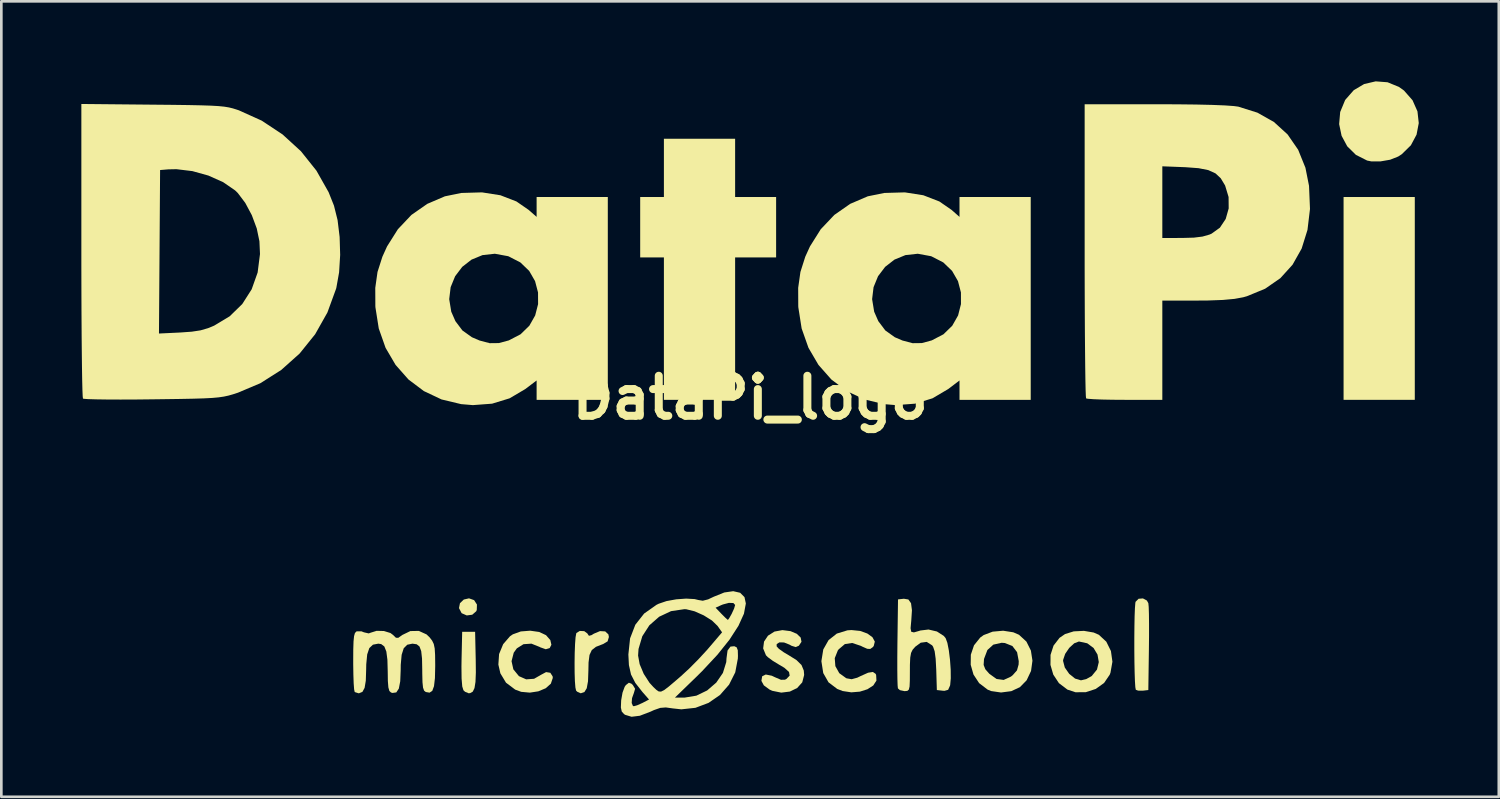
<source format=kicad_pcb>
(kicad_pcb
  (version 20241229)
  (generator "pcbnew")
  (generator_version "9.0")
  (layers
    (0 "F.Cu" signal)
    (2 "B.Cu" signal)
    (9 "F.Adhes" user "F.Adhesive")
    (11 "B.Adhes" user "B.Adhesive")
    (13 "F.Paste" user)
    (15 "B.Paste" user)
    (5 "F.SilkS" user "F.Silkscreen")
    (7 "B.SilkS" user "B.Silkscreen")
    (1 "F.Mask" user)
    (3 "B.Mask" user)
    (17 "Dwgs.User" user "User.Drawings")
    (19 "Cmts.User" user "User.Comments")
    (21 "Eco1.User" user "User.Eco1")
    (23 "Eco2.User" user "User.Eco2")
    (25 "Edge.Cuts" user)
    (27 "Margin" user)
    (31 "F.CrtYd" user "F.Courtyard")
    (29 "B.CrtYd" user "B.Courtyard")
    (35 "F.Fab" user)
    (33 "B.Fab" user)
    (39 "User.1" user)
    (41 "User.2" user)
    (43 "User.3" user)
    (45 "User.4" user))
  (footprint "DataPi_logo"
    (layer "F.Cu")
    (at 25.076 11.859)
    (property "Reference" "DataPi_logo" (at 0 0 0) (layer "F.SilkS") (effects (font (size 1.5 1.5) (thickness 0.3))))
    (attr board_only exclude_from_pos_files exclude_from_bom)
    (fp_poly (pts (xy 24.915 -3.721) (xy 24.915 0.081) (xy 23.58 0.081) (xy 22.245 0.081) (xy 22.245 -3.721) (xy 22.245 -7.523) (xy 23.58 -7.523) (xy 24.915 -7.523)) (stroke (width 0) (type solid)) (fill yes) (layer "F.SilkS"))
    (fp_poly (pts (xy -10.352 7.59) (xy -10.245 7.755) (xy -10.252 7.961) (xy -10.273 8.008) (xy -10.421 8.137) (xy -10.627 8.164) (xy -10.814 8.082) (xy -10.823 8.073) (xy -10.918 7.889) (xy -10.882 7.705) (xy -10.738 7.568) (xy -10.543 7.523)) (stroke (width 0) (type solid)) (fill yes) (layer "F.SilkS"))
    (fp_poly (pts (xy -10.291 9.817) (xy -10.286 10.307) (xy -10.3 10.657) (xy -10.337 10.887) (xy -10.401 11.02) (xy -10.497 11.076) (xy -10.556 11.082) (xy -10.691 11.026) (xy -10.751 10.97) (xy -10.796 10.827) (xy -10.821 10.529) (xy -10.826 10.074) (xy -10.822 9.817) (xy -10.799 8.777) (xy -10.556 8.777) (xy -10.314 8.777)) (stroke (width 0) (type solid)) (fill yes) (layer "F.SilkS"))
    (fp_poly (pts (xy -0.566 -8.615) (xy -0.566 -7.523) (xy 0.202 -7.523) (xy 0.971 -7.523) (xy 0.971 -6.39) (xy 0.971 -5.258) (xy 0.202 -5.258) (xy -0.566 -5.258) (xy -0.566 -2.589) (xy -0.566 0.081) (xy -1.901 0.081) (xy -3.236 0.081) (xy -3.236 -2.589) (xy -3.236 -5.258) (xy -3.681 -5.258) (xy -4.125 -5.258) (xy -4.125 -6.39) (xy -4.125 -7.523) (xy -3.681 -7.523) (xy -3.236 -7.523) (xy -3.236 -8.615) (xy -3.236 -9.707) (xy -1.901 -9.707) (xy -0.566 -9.707)) (stroke (width 0) (type solid)) (fill yes) (layer "F.SilkS"))
    (fp_poly (pts (xy 14.871 7.605) (xy 14.926 7.705) (xy 14.939 7.841) (xy 14.948 8.11) (xy 14.952 8.483) (xy 14.952 8.931) (xy 14.947 9.424) (xy 14.925 10.961) (xy 14.719 10.985) (xy 14.543 10.983) (xy 14.456 10.951) (xy 14.438 10.855) (xy 14.423 10.628) (xy 14.412 10.299) (xy 14.404 9.899) (xy 14.4 9.459) (xy 14.4 9.007) (xy 14.404 8.575) (xy 14.411 8.192) (xy 14.423 7.89) (xy 14.438 7.697) (xy 14.448 7.651) (xy 14.56 7.539) (xy 14.724 7.526)) (stroke (width 0) (type solid)) (fill yes) (layer "F.SilkS"))
    (fp_poly (pts (xy 23.894 -11.825) (xy 24.32 -11.651) (xy 24.51 -11.515) (xy 24.831 -11.15) (xy 25.015 -10.734) (xy 25.064 -10.294) (xy 24.981 -9.861) (xy 24.769 -9.463) (xy 24.429 -9.129) (xy 24.292 -9.04) (xy 23.991 -8.921) (xy 23.628 -8.858) (xy 23.282 -8.859) (xy 23.128 -8.89) (xy 22.706 -9.104) (xy 22.383 -9.423) (xy 22.171 -9.817) (xy 22.079 -10.256) (xy 22.118 -10.71) (xy 22.3 -11.149) (xy 22.315 -11.173) (xy 22.627 -11.528) (xy 23.016 -11.758) (xy 23.449 -11.859)) (stroke (width 0) (type solid)) (fill yes) (layer "F.SilkS"))
    (fp_poly (pts (xy -6.223 8.753) (xy -6.104 8.84) (xy -6.097 8.855) (xy -6.046 8.928) (xy -5.949 8.902) (xy -5.862 8.848) (xy -5.631 8.751) (xy -5.436 8.763) (xy -5.317 8.874) (xy -5.298 8.972) (xy -5.346 9.135) (xy -5.513 9.236) (xy -5.541 9.246) (xy -5.784 9.341) (xy -5.939 9.462) (xy -6.025 9.646) (xy -6.061 9.927) (xy -6.067 10.229) (xy -6.081 10.631) (xy -6.129 10.894) (xy -6.217 11.037) (xy -6.351 11.082) (xy -6.356 11.082) (xy -6.486 11.024) (xy -6.528 10.981) (xy -6.554 10.866) (xy -6.573 10.628) (xy -6.583 10.308) (xy -6.585 9.943) (xy -6.58 9.574) (xy -6.567 9.24) (xy -6.548 8.981) (xy -6.521 8.834) (xy -6.516 8.823) (xy -6.39 8.745)) (stroke (width 0) (type solid)) (fill yes) (layer "F.SilkS"))
    (fp_poly (pts (xy -7.91 8.784) (xy -7.655 8.904) (xy -7.494 9.089) (xy -7.454 9.263) (xy -7.518 9.388) (xy -7.665 9.432) (xy -7.876 9.357) (xy -7.895 9.345) (xy -8.203 9.222) (xy -8.5 9.242) (xy -8.749 9.398) (xy -8.866 9.561) (xy -8.948 9.879) (xy -8.88 10.185) (xy -8.671 10.44) (xy -8.399 10.56) (xy -8.103 10.539) (xy -7.838 10.387) (xy -7.653 10.288) (xy -7.494 10.314) (xy -7.407 10.45) (xy -7.402 10.508) (xy -7.475 10.723) (xy -7.668 10.894) (xy -7.943 11.009) (xy -8.262 11.058) (xy -8.586 11.028) (xy -8.811 10.945) (xy -9.156 10.685) (xy -9.367 10.334) (xy -9.442 10.007) (xy -9.415 9.612) (xy -9.262 9.241) (xy -9.008 8.947) (xy -8.898 8.871) (xy -8.601 8.764) (xy -8.249 8.736)) (stroke (width 0) (type solid)) (fill yes) (layer "F.SilkS"))
    (fp_poly (pts (xy 12.874 8.804) (xy 13.07 8.889) (xy 13.35 9.148) (xy 13.523 9.498) (xy 13.579 9.899) (xy 13.506 10.311) (xy 13.478 10.385) (xy 13.266 10.696) (xy 12.953 10.92) (xy 12.582 11.041) (xy 12.195 11.044) (xy 11.893 10.945) (xy 11.574 10.703) (xy 11.362 10.382) (xy 11.256 10.018) (xy 11.258 9.869) (xy 11.729 9.869) (xy 11.794 10.117) (xy 11.959 10.354) (xy 12.179 10.531) (xy 12.4 10.597) (xy 12.604 10.547) (xy 12.804 10.434) (xy 13 10.193) (xy 13.068 9.913) (xy 13.02 9.631) (xy 12.871 9.383) (xy 12.635 9.208) (xy 12.324 9.141) (xy 12.146 9.209) (xy 11.96 9.381) (xy 11.808 9.604) (xy 11.732 9.828) (xy 11.729 9.869) (xy 11.258 9.869) (xy 11.259 9.643) (xy 11.372 9.294) (xy 11.597 9.003) (xy 11.803 8.862) (xy 12.129 8.761) (xy 12.511 8.742)) (stroke (width 0) (type solid)) (fill yes) (layer "F.SilkS"))
    (fp_poly (pts (xy 4.122 8.745) (xy 4.391 8.842) (xy 4.583 8.982) (xy 4.671 9.145) (xy 4.63 9.311) (xy 4.594 9.354) (xy 4.501 9.42) (xy 4.388 9.415) (xy 4.2 9.332) (xy 4.149 9.305) (xy 3.823 9.196) (xy 3.548 9.238) (xy 3.316 9.435) (xy 3.284 9.477) (xy 3.169 9.766) (xy 3.192 10.065) (xy 3.339 10.329) (xy 3.594 10.513) (xy 3.619 10.523) (xy 3.803 10.555) (xy 4.013 10.498) (xy 4.139 10.437) (xy 4.42 10.311) (xy 4.599 10.283) (xy 4.701 10.353) (xy 4.721 10.395) (xy 4.732 10.607) (xy 4.613 10.79) (xy 4.395 10.931) (xy 4.111 11.021) (xy 3.79 11.047) (xy 3.465 10.998) (xy 3.263 10.92) (xy 2.936 10.672) (xy 2.738 10.325) (xy 2.669 9.884) (xy 2.669 9.873) (xy 2.739 9.439) (xy 2.937 9.09) (xy 3.245 8.845) (xy 3.645 8.722) (xy 3.798 8.712)) (stroke (width 0) (type solid)) (fill yes) (layer "F.SilkS"))
    (fp_poly (pts (xy 9.863 8.796) (xy 10.077 8.889) (xy 10.355 9.145) (xy 10.523 9.482) (xy 10.581 9.861) (xy 10.528 10.245) (xy 10.363 10.595) (xy 10.111 10.853) (xy 9.787 11.003) (xy 9.403 11.053) (xy 9.032 10.999) (xy 8.9 10.945) (xy 8.582 10.702) (xy 8.37 10.379) (xy 8.268 10.02) (xy 8.751 10.02) (xy 8.814 10.181) (xy 8.963 10.35) (xy 9.234 10.546) (xy 9.502 10.582) (xy 9.774 10.457) (xy 9.842 10.403) (xy 10.001 10.223) (xy 10.062 10.005) (xy 10.067 9.878) (xy 10.005 9.542) (xy 9.828 9.31) (xy 9.547 9.198) (xy 9.424 9.189) (xy 9.114 9.259) (xy 8.892 9.46) (xy 8.769 9.784) (xy 8.764 9.809) (xy 8.751 10.02) (xy 8.268 10.02) (xy 8.266 10.012) (xy 8.271 9.635) (xy 8.39 9.284) (xy 8.623 8.993) (xy 8.752 8.9) (xy 9.089 8.772) (xy 9.483 8.737)) (stroke (width 0) (type solid)) (fill yes) (layer "F.SilkS"))
    (fp_poly (pts (xy 1.511 8.753) (xy 1.747 8.853) (xy 1.892 8.994) (xy 1.922 9.152) (xy 1.824 9.299) (xy 1.707 9.35) (xy 1.552 9.303) (xy 1.469 9.257) (xy 1.266 9.177) (xy 1.092 9.174) (xy 0.992 9.24) (xy 0.99 9.323) (xy 1.074 9.415) (xy 1.258 9.546) (xy 1.418 9.64) (xy 1.734 9.837) (xy 1.922 10.022) (xy 2.008 10.229) (xy 2.022 10.396) (xy 1.951 10.672) (xy 1.761 10.884) (xy 1.487 11.018) (xy 1.164 11.058) (xy 0.828 10.99) (xy 0.728 10.945) (xy 0.511 10.786) (xy 0.419 10.617) (xy 0.448 10.445) (xy 0.583 10.379) (xy 0.807 10.424) (xy 0.936 10.484) (xy 1.153 10.577) (xy 1.303 10.573) (xy 1.356 10.546) (xy 1.479 10.42) (xy 1.455 10.283) (xy 1.279 10.126) (xy 1.095 10.017) (xy 0.852 9.87) (xy 0.66 9.728) (xy 0.59 9.657) (xy 0.485 9.4) (xy 0.518 9.145) (xy 0.666 8.923) (xy 0.909 8.769) (xy 1.207 8.714)) (stroke (width 0) (type solid)) (fill yes) (layer "F.SilkS"))
    (fp_poly (pts (xy 5.93 7.566) (xy 6.029 7.706) (xy 6.063 7.97) (xy 6.037 8.373) (xy 6.036 8.379) (xy 6.012 8.644) (xy 6.037 8.776) (xy 6.137 8.8) (xy 6.337 8.743) (xy 6.376 8.729) (xy 6.685 8.692) (xy 7 8.766) (xy 7.256 8.931) (xy 7.327 9.017) (xy 7.391 9.192) (xy 7.447 9.479) (xy 7.49 9.829) (xy 7.516 10.194) (xy 7.519 10.523) (xy 7.497 10.769) (xy 7.491 10.794) (xy 7.42 10.952) (xy 7.283 10.991) (xy 7.217 10.986) (xy 6.997 10.961) (xy 6.974 10.195) (xy 6.952 9.786) (xy 6.915 9.509) (xy 6.857 9.339) (xy 6.82 9.285) (xy 6.617 9.156) (xy 6.393 9.186) (xy 6.185 9.339) (xy 6.089 9.449) (xy 6.03 9.57) (xy 5.999 9.745) (xy 5.987 10.014) (xy 5.986 10.27) (xy 5.984 10.615) (xy 5.974 10.83) (xy 5.946 10.945) (xy 5.892 10.992) (xy 5.803 11.001) (xy 5.781 11.001) (xy 5.612 10.965) (xy 5.537 10.898) (xy 5.526 10.788) (xy 5.518 10.543) (xy 5.514 10.189) (xy 5.514 9.752) (xy 5.518 9.259) (xy 5.519 9.179) (xy 5.541 7.563) (xy 5.761 7.538)) (stroke (width 0) (type solid)) (fill yes) (layer "F.SilkS"))
    (fp_poly (pts (xy -9.366 -7.589) (xy -8.764 -7.356) (xy -8.308 -7.041) (xy -8.008 -6.778) (xy -8.008 -7.151) (xy -8.008 -7.523) (xy -6.674 -7.523) (xy -5.339 -7.523) (xy -5.339 -3.721) (xy -5.339 0.081) (xy -6.674 0.081) (xy -8.008 0.081) (xy -8.008 -0.282) (xy -8.008 -0.645) (xy -8.433 -0.323) (xy -9.021 0.024) (xy -9.677 0.225) (xy -10.397 0.279) (xy -10.839 0.242) (xy -11.573 0.066) (xy -12.235 -0.247) (xy -12.813 -0.682) (xy -13.295 -1.228) (xy -13.671 -1.869) (xy -13.926 -2.594) (xy -14.051 -3.386) (xy -14.054 -3.438) (xy -14.055 -3.693) (xy -11.285 -3.693) (xy -11.208 -3.223) (xy -11.053 -2.869) (xy -10.789 -2.519) (xy -10.434 -2.266) (xy -10.147 -2.143) (xy -9.767 -2.043) (xy -9.421 -2.047) (xy -9.051 -2.147) (xy -8.611 -2.376) (xy -8.281 -2.697) (xy -8.062 -3.083) (xy -7.953 -3.508) (xy -7.955 -3.945) (xy -8.066 -4.369) (xy -8.287 -4.753) (xy -8.618 -5.071) (xy -9.057 -5.297) (xy -9.08 -5.305) (xy -9.574 -5.396) (xy -10.036 -5.345) (xy -10.449 -5.175) (xy -10.797 -4.904) (xy -11.063 -4.553) (xy -11.231 -4.143) (xy -11.285 -3.693) (xy -14.055 -3.693) (xy -14.057 -4.117) (xy -13.973 -4.713) (xy -13.79 -5.285) (xy -13.615 -5.671) (xy -13.21 -6.314) (xy -12.702 -6.851) (xy -12.108 -7.266) (xy -11.447 -7.549) (xy -10.829 -7.675) (xy -10.057 -7.697)) (stroke (width 0) (type solid)) (fill yes) (layer "F.SilkS"))
    (fp_poly (pts (xy 6.489 -7.589) (xy 7.091 -7.356) (xy 7.547 -7.041) (xy 7.846 -6.778) (xy 7.846 -7.151) (xy 7.846 -7.523) (xy 9.181 -7.523) (xy 10.516 -7.523) (xy 10.516 -3.721) (xy 10.516 0.081) (xy 9.181 0.081) (xy 7.846 0.081) (xy 7.846 -0.282) (xy 7.846 -0.645) (xy 7.422 -0.323) (xy 6.833 0.024) (xy 6.178 0.225) (xy 5.458 0.279) (xy 5.015 0.242) (xy 4.282 0.066) (xy 3.62 -0.247) (xy 3.042 -0.682) (xy 2.559 -1.228) (xy 2.184 -1.869) (xy 1.928 -2.594) (xy 1.804 -3.386) (xy 1.801 -3.438) (xy 1.8 -3.693) (xy 4.57 -3.693) (xy 4.647 -3.223) (xy 4.802 -2.869) (xy 5.066 -2.519) (xy 5.421 -2.266) (xy 5.708 -2.143) (xy 6.088 -2.043) (xy 6.433 -2.047) (xy 6.804 -2.147) (xy 7.244 -2.376) (xy 7.574 -2.697) (xy 7.793 -3.083) (xy 7.901 -3.508) (xy 7.9 -3.945) (xy 7.789 -4.369) (xy 7.568 -4.753) (xy 7.237 -5.071) (xy 6.798 -5.297) (xy 6.775 -5.305) (xy 6.281 -5.396) (xy 5.819 -5.345) (xy 5.406 -5.175) (xy 5.058 -4.904) (xy 4.792 -4.553) (xy 4.624 -4.143) (xy 4.57 -3.693) (xy 1.8 -3.693) (xy 1.798 -4.117) (xy 1.882 -4.713) (xy 2.064 -5.285) (xy 2.24 -5.671) (xy 2.644 -6.314) (xy 3.153 -6.851) (xy 3.747 -7.266) (xy 4.407 -7.549) (xy 5.026 -7.675) (xy 5.798 -7.697)) (stroke (width 0) (type solid)) (fill yes) (layer "F.SilkS"))
    (fp_poly (pts (xy 16.009 -10.998) (xy 16.719 -10.99) (xy 17.318 -10.976) (xy 17.793 -10.957) (xy 18.132 -10.933) (xy 18.298 -10.911) (xy 19.016 -10.685) (xy 19.635 -10.335) (xy 20.146 -9.869) (xy 20.542 -9.295) (xy 20.815 -8.621) (xy 20.95 -7.941) (xy 20.986 -7.075) (xy 20.892 -6.289) (xy 20.673 -5.589) (xy 20.332 -4.984) (xy 19.874 -4.479) (xy 19.303 -4.084) (xy 18.623 -3.804) (xy 18.481 -3.764) (xy 18.156 -3.704) (xy 17.719 -3.664) (xy 17.15 -3.643) (xy 16.728 -3.64) (xy 15.45 -3.64) (xy 15.45 -1.78) (xy 15.45 0.081) (xy 14.048 0.081) (xy 13.587 0.078) (xy 13.184 0.07) (xy 12.865 0.057) (xy 12.659 0.041) (xy 12.592 0.027) (xy 12.583 -0.061) (xy 12.574 -0.297) (xy 12.566 -0.669) (xy 12.559 -1.162) (xy 12.553 -1.764) (xy 12.547 -2.461) (xy 12.543 -3.24) (xy 12.54 -4.088) (xy 12.538 -4.99) (xy 12.538 -5.514) (xy 12.538 -8.674) (xy 15.45 -8.674) (xy 15.45 -7.33) (xy 15.45 -5.986) (xy 16.199 -5.988) (xy 16.634 -6) (xy 16.957 -6.04) (xy 17.213 -6.113) (xy 17.293 -6.147) (xy 17.608 -6.373) (xy 17.826 -6.7) (xy 17.938 -7.095) (xy 17.934 -7.523) (xy 17.805 -7.95) (xy 17.798 -7.964) (xy 17.641 -8.224) (xy 17.443 -8.409) (xy 17.175 -8.531) (xy 16.807 -8.604) (xy 16.31 -8.641) (xy 16.279 -8.642) (xy 15.45 -8.674) (xy 12.538 -8.674) (xy 12.538 -11.001) (xy 15.204 -11.001)) (stroke (width 0) (type solid)) (fill yes) (layer "F.SilkS"))
    (fp_poly (pts (xy -13.732 8.748) (xy -13.488 8.823) (xy -13.39 8.896) (xy -13.283 9) (xy -13.196 9.004) (xy -13.057 8.907) (xy -13.043 8.896) (xy -12.742 8.75) (xy -12.424 8.744) (xy -12.135 8.875) (xy -12.02 8.985) (xy -11.925 9.109) (xy -11.864 9.235) (xy -11.829 9.402) (xy -11.814 9.649) (xy -11.81 10.013) (xy -11.81 10.067) (xy -11.82 10.513) (xy -11.855 10.816) (xy -11.92 10.992) (xy -12.022 11.059) (xy -12.164 11.034) (xy -12.226 10.984) (xy -12.266 10.872) (xy -12.287 10.668) (xy -12.295 10.342) (xy -12.296 10.2) (xy -12.304 9.782) (xy -12.335 9.5) (xy -12.399 9.329) (xy -12.504 9.245) (xy -12.661 9.222) (xy -12.663 9.222) (xy -12.857 9.262) (xy -12.99 9.394) (xy -13.068 9.639) (xy -13.102 10.015) (xy -13.104 10.209) (xy -13.121 10.632) (xy -13.174 10.908) (xy -13.269 11.05) (xy -13.411 11.07) (xy -13.467 11.053) (xy -13.528 10.996) (xy -13.566 10.861) (xy -13.585 10.621) (xy -13.59 10.27) (xy -13.602 9.824) (xy -13.642 9.517) (xy -13.717 9.328) (xy -13.835 9.238) (xy -13.944 9.222) (xy -14.144 9.26) (xy -14.28 9.388) (xy -14.36 9.627) (xy -14.395 9.995) (xy -14.399 10.203) (xy -14.412 10.611) (xy -14.457 10.88) (xy -14.539 11.03) (xy -14.666 11.082) (xy -14.685 11.082) (xy -14.816 11.04) (xy -14.83 11.028) (xy -14.85 10.932) (xy -14.867 10.705) (xy -14.878 10.379) (xy -14.884 9.987) (xy -14.884 9.893) (xy -14.882 9.448) (xy -14.872 9.138) (xy -14.852 8.94) (xy -14.82 8.826) (xy -14.771 8.771) (xy -14.752 8.761) (xy -14.577 8.759) (xy -14.482 8.797) (xy -14.303 8.838) (xy -14.23 8.811) (xy -14.005 8.741)) (stroke (width 0) (type solid)) (fill yes) (layer "F.SilkS"))
    (fp_poly (pts (xy -22.387 -10.985) (xy -21.652 -10.978) (xy -21.059 -10.97) (xy -20.588 -10.96) (xy -20.221 -10.948) (xy -19.937 -10.932) (xy -19.717 -10.91) (xy -19.542 -10.881) (xy -19.391 -10.844) (xy -19.245 -10.798) (xy -19.171 -10.773) (xy -18.314 -10.386) (xy -17.533 -9.869) (xy -16.843 -9.238) (xy -16.262 -8.51) (xy -15.806 -7.703) (xy -15.605 -7.199) (xy -15.47 -6.658) (xy -15.393 -6.023) (xy -15.373 -5.351) (xy -15.413 -4.699) (xy -15.515 -4.127) (xy -15.526 -4.084) (xy -15.852 -3.192) (xy -16.311 -2.378) (xy -16.892 -1.656) (xy -17.581 -1.04) (xy -18.365 -0.542) (xy -19.205 -0.187) (xy -19.392 -0.126) (xy -19.561 -0.078) (xy -19.733 -0.041) (xy -19.93 -0.012) (xy -20.173 0.01) (xy -20.482 0.026) (xy -20.879 0.038) (xy -21.385 0.048) (xy -22.02 0.057) (xy -22.407 0.062) (xy -23.034 0.069) (xy -23.609 0.071) (xy -24.111 0.069) (xy -24.522 0.063) (xy -24.821 0.054) (xy -24.988 0.042) (xy -25.016 0.034) (xy -25.026 -0.055) (xy -25.036 -0.293) (xy -25.045 -0.665) (xy -25.053 -1.16) (xy -25.06 -1.763) (xy -25.066 -2.405) (xy -22.166 -2.405) (xy -21.372 -2.443) (xy -20.938 -2.474) (xy -20.609 -2.524) (xy -20.326 -2.606) (xy -20.097 -2.701) (xy -19.515 -3.051) (xy -19.044 -3.51) (xy -18.691 -4.063) (xy -18.467 -4.693) (xy -18.379 -5.385) (xy -18.4 -5.864) (xy -18.5 -6.344) (xy -18.685 -6.842) (xy -18.931 -7.302) (xy -19.211 -7.673) (xy -19.312 -7.771) (xy -19.761 -8.08) (xy -20.313 -8.327) (xy -20.914 -8.494) (xy -21.511 -8.566) (xy -21.814 -8.56) (xy -22.124 -8.534) (xy -22.145 -5.47) (xy -22.166 -2.405) (xy -25.066 -2.405) (xy -25.066 -2.461) (xy -25.071 -3.241) (xy -25.074 -4.089) (xy -25.076 -4.992) (xy -25.076 -5.519) (xy -25.076 -11.011)) (stroke (width 0) (type solid)) (fill yes) (layer "F.SilkS"))
    (fp_poly (pts (xy -0.378 7.314) (xy -0.215 7.477) (xy -0.164 7.715) (xy -0.235 8.098) (xy -0.441 8.552) (xy -0.774 9.068) (xy -1.228 9.636) (xy -1.797 10.246) (xy -2.008 10.455) (xy -2.822 11.244) (xy -2.459 11.244) (xy -2.019 11.172) (xy -1.614 10.976) (xy -1.273 10.682) (xy -1.024 10.319) (xy -0.898 9.913) (xy -0.889 9.771) (xy -0.85 9.479) (xy -0.74 9.332) (xy -0.597 9.318) (xy -0.508 9.36) (xy -0.466 9.468) (xy -0.46 9.681) (xy -0.464 9.782) (xy -0.561 10.298) (xy -0.793 10.759) (xy -1.134 11.147) (xy -1.562 11.442) (xy -2.053 11.627) (xy -2.582 11.684) (xy -2.907 11.649) (xy -3.166 11.613) (xy -3.373 11.63) (xy -3.608 11.712) (xy -3.739 11.772) (xy -4.139 11.925) (xy -4.448 11.963) (xy -4.689 11.89) (xy -4.728 11.864) (xy -4.816 11.767) (xy -4.849 11.616) (xy -4.839 11.361) (xy -4.836 11.332) (xy -4.787 11.057) (xy -4.708 10.842) (xy -4.663 10.776) (xy -4.549 10.687) (xy -4.454 10.722) (xy -4.401 10.772) (xy -4.316 10.913) (xy -4.36 11.067) (xy -4.431 11.265) (xy -4.444 11.446) (xy -4.398 11.556) (xy -4.364 11.568) (xy -4.239 11.533) (xy -4.05 11.449) (xy -4.036 11.442) (xy -3.793 11.316) (xy -4.039 11.036) (xy -4.307 10.694) (xy -4.469 10.378) (xy -4.548 10.024) (xy -4.566 9.667) (xy -4.204 9.667) (xy -4.145 9.991) (xy -3.992 10.354) (xy -3.776 10.689) (xy -3.631 10.848) (xy -3.52 10.953) (xy -3.433 11.013) (xy -3.344 11.02) (xy -3.225 10.962) (xy -3.05 10.828) (xy -2.791 10.608) (xy -2.595 10.439) (xy -2.292 10.16) (xy -1.952 9.818) (xy -1.636 9.476) (xy -1.565 9.395) (xy -1.055 8.797) (xy -1.227 8.555) (xy -1.436 8.353) (xy -1.743 8.161) (xy -2.083 8.01) (xy -2.395 7.933) (xy -2.467 7.929) (xy -2.968 8.003) (xy -3.413 8.212) (xy -3.781 8.534) (xy -4.046 8.944) (xy -4.187 9.42) (xy -4.204 9.667) (xy -4.566 9.667) (xy -4.568 9.626) (xy -4.504 9.023) (xy -4.307 8.512) (xy -3.977 8.093) (xy -3.666 7.874) (xy -1.298 7.874) (xy -1.079 8.103) (xy -0.934 8.248) (xy -0.845 8.327) (xy -0.836 8.332) (xy -0.788 8.268) (xy -0.7 8.113) (xy -0.69 8.093) (xy -0.604 7.904) (xy -0.566 7.773) (xy -0.566 7.77) (xy -0.632 7.699) (xy -0.8 7.693) (xy -1.023 7.752) (xy -1.09 7.779) (xy -1.298 7.874) (xy -3.666 7.874) (xy -3.515 7.767) (xy -3.43 7.725) (xy -3.138 7.626) (xy -2.775 7.56) (xy -2.402 7.533) (xy -2.083 7.551) (xy -1.945 7.585) (xy -1.779 7.613) (xy -1.579 7.562) (xy -1.366 7.462) (xy -0.972 7.303) (xy -0.637 7.255)) (stroke (width 0) (type solid)) (fill yes) (layer "F.SilkS")))
  (gr_rect
    (start -3 -3)
    (end 53.141 26.822)
    (stroke (width 0.1) (type default))
    (fill no)
    (layer "Edge.Cuts")))
</source>
